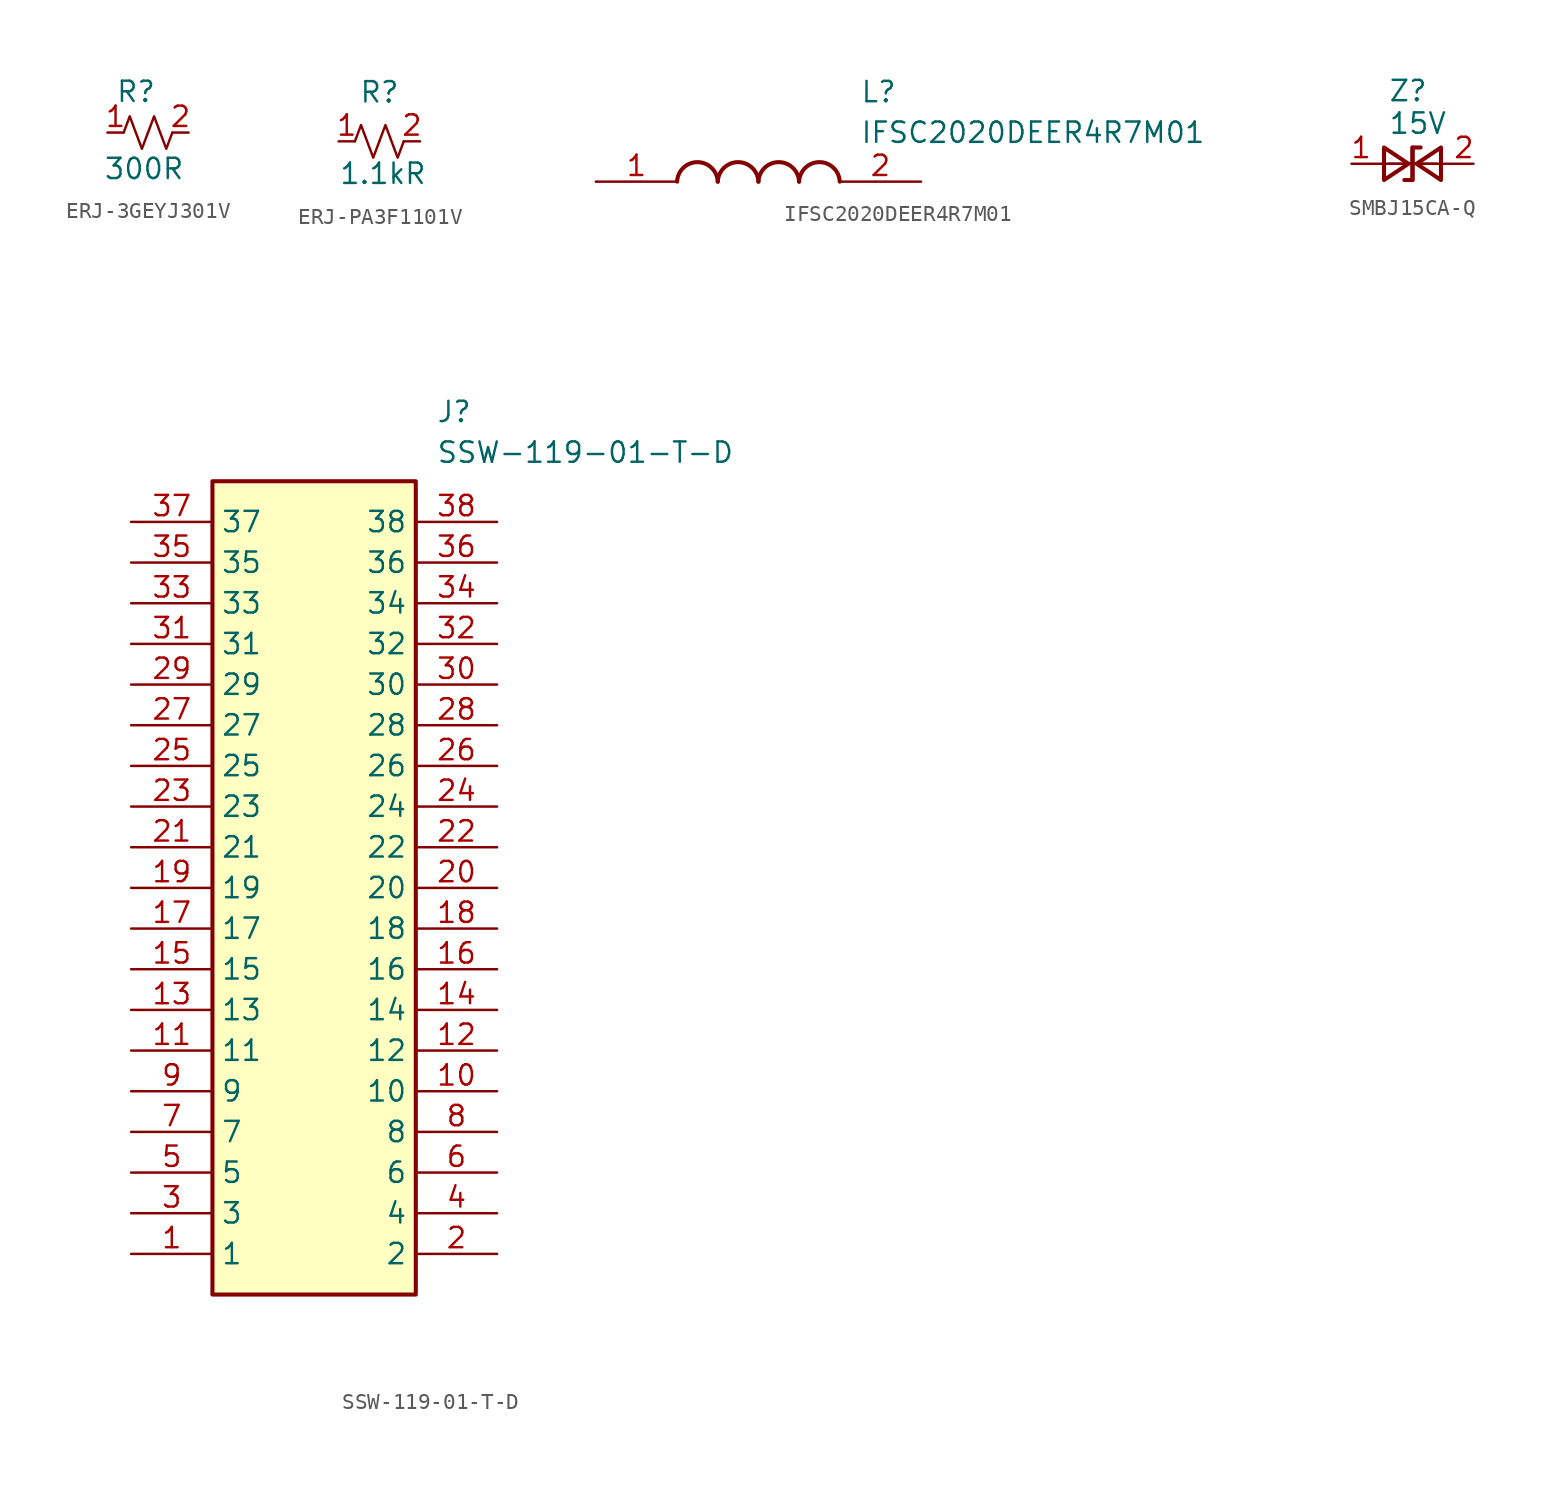
<source format=kicad_sym>
(kicad_symbol_lib
  (version 20241209)
  (generator "kicad_symbol_editor")
  (generator_version "9.0")
  (symbol "ERJ-3GEYJ301V"
    (pin_names
      (hide yes))
    (property "Reference" "R"
      (at 0.508 3.302 0)
      (effects (font (size 1.27 1.27)) (justify left top)))
    (property "Value" "300R"
      (at -0.254 -1.524 0)
      (effects (font (size 1.27 1.27)) (justify left top)))
    (symbol "ERJ-3GEYJ301V_1_1"
      (polyline (pts (xy 1.016 0) (xy 1.397 1.016) (xy 1.778 0) (xy 2.159 -1.016) (xy 2.54 0)) (stroke (width 0) (type default)) (fill (type none)))
      (polyline (pts (xy 2.54 0) (xy 2.921 1.016) (xy 3.302 0) (xy 3.683 -1.016) (xy 4.064 0)) (stroke (width 0) (type default)) (fill (type none)))
      (pin passive line (at 0 0 0) (length 1.016) (name "~" (effects (font (size 1.27 1.27)))) (number "1" (effects (font (size 1.27 1.27)))))
      (pin passive line (at 5.08 0 180) (length 1.016) (name "~" (effects (font (size 1.27 1.27)))) (number "2" (effects (font (size 1.27 1.27)))))))
  (symbol "ERJ-PA3F1101V"
    (pin_names
      (hide yes))
    (property "Reference" "R"
      (at 1.27 3.81 0)
      (effects (font (size 1.27 1.27)) (justify left top)))
    (property "Value" "1.1kR"
      (at 0 -1.27 0)
      (effects (font (size 1.27 1.27)) (justify left top)))
    (symbol "ERJ-PA3F1101V_1_1"
      (polyline (pts (xy 1.016 0) (xy 1.397 1.016) (xy 1.778 0) (xy 2.159 -1.016) (xy 2.54 0)) (stroke (width 0) (type default)) (fill (type none)))
      (polyline (pts (xy 2.54 0) (xy 2.921 1.016) (xy 3.302 0) (xy 3.683 -1.016) (xy 4.064 0)) (stroke (width 0) (type default)) (fill (type none)))
      (pin passive line (at 0 0 0) (length 1.016) (name "~" (effects (font (size 1.27 1.27)))) (number "1" (effects (font (size 1.27 1.27)))))
      (pin passive line (at 5.08 0 180) (length 1.016) (name "~" (effects (font (size 1.27 1.27)))) (number "2" (effects (font (size 1.27 1.27)))))))
  (symbol "IFSC2020DEER4R7M01"
    (pin_names
      (hide yes))
    (property "Reference" "L"
      (at 16.51 6.35 0)
      (effects (font (size 1.27 1.27)) (justify left top)))
    (property "Value" "IFSC2020DEER4R7M01"
      (at 16.51 3.81 0)
      (effects (font (size 1.27 1.27)) (justify left top)))
    (symbol "IFSC2020DEER4R7M01_1_1"
      (arc (start 5.08 0) (mid 6.35 1.219) (end 7.62 0) (stroke (width 0.254) (type default)) (fill (type none)))
      (arc (start 7.62 0) (mid 8.89 1.219) (end 10.16 0) (stroke (width 0.254) (type default)) (fill (type none)))
      (arc (start 10.16 0) (mid 11.43 1.219) (end 12.7 0) (stroke (width 0.254) (type default)) (fill (type none)))
      (arc (start 12.7 0) (mid 13.97 1.219) (end 15.24 0) (stroke (width 0.254) (type default)) (fill (type none)))
      (pin passive line (at 0 0 0) (length 5.08) (name "1" (effects (font (size 1.27 1.27)))) (number "1" (effects (font (size 1.27 1.27)))))
      (pin passive line (at 20.32 0 180) (length 5.08) (name "2" (effects (font (size 1.27 1.27)))) (number "2" (effects (font (size 1.27 1.27)))))))
  (symbol "SMBJ15CA-Q"
    (pin_names
      (hide yes))
    (property "Reference" "Z"
      (at 2.286 3.81 0)
      (effects (font (size 1.27 1.27)) (justify left bottom)))
    (property "Value" "15V"
      (at 2.286 1.778 0)
      (effects (font (size 1.27 1.27)) (justify left bottom)))
    (symbol "SMBJ15CA-Q_0_1"
      (polyline (pts (xy 1.27 0) (xy 6.35 0)) (stroke (width 0) (type default)) (fill (type none)))
      (polyline (pts (xy 2.032 1.016) (xy 3.556 0) (xy 2.032 -1.016) (xy 2.032 1.016)) (stroke (width 0.254) (type default)) (fill (type none)))
      (polyline (pts (xy 2.286 0) (xy 3.81 0)) (stroke (width 0) (type default)) (fill (type none)))
      (polyline (pts (xy 3.302 -1.016) (xy 3.81 -1.016) (xy 3.81 1.016)) (stroke (width 0.254) (type default)) (fill (type none)))
      (polyline (pts (xy 4.318 1.016) (xy 3.81 1.016) (xy 3.81 -1.016)) (stroke (width 0.254) (type default)) (fill (type none)))
      (polyline (pts (xy 5.334 0) (xy 3.81 0)) (stroke (width 0) (type default)) (fill (type none)))
      (polyline (pts (xy 5.588 1.016) (xy 4.064 0) (xy 5.588 -1.016) (xy 5.588 1.016)) (stroke (width 0.254) (type default)) (fill (type none))))
    (symbol "SMBJ15CA-Q_1_1"
      (pin passive line (at 0 0 0) (length 1.2) (name "K" (effects (font (size 0 0)))) (number "1" (effects (font (size 1.27 1.27)))))
      (pin passive line (at 7.62 0 180) (length 1.2) (name "A" (effects (font (size 0 0)))) (number "2" (effects (font (size 1.27 1.27)))))))
  (symbol "SSW-119-01-T-D"
    (property "Reference" "J"
      (at 19.05 7.62 0)
      (effects (font (size 1.27 1.27)) (justify left top)))
    (property "Value" "SSW-119-01-T-D"
      (at 19.05 5.08 0)
      (effects (font (size 1.27 1.27)) (justify left top)))
    (symbol "SSW-119-01-T-D_1_1"
      (rectangle (start 5.08 2.54) (end 17.78 -48.26) (stroke (width 0.254) (type default)) (fill (type background)))
      (pin passive line (at 0 0 0) (length 5.08) (name "37" (effects (font (size 1.27 1.27)))) (number "37" (effects (font (size 1.27 1.27)))))
      (pin passive line (at 0 -2.54 0) (length 5.08) (name "35" (effects (font (size 1.27 1.27)))) (number "35" (effects (font (size 1.27 1.27)))))
      (pin passive line (at 0 -5.08 0) (length 5.08) (name "33" (effects (font (size 1.27 1.27)))) (number "33" (effects (font (size 1.27 1.27)))))
      (pin passive line (at 0 -7.62 0) (length 5.08) (name "31" (effects (font (size 1.27 1.27)))) (number "31" (effects (font (size 1.27 1.27)))))
      (pin passive line (at 0 -10.16 0) (length 5.08) (name "29" (effects (font (size 1.27 1.27)))) (number "29" (effects (font (size 1.27 1.27)))))
      (pin passive line (at 0 -12.7 0) (length 5.08) (name "27" (effects (font (size 1.27 1.27)))) (number "27" (effects (font (size 1.27 1.27)))))
      (pin passive line (at 0 -15.24 0) (length 5.08) (name "25" (effects (font (size 1.27 1.27)))) (number "25" (effects (font (size 1.27 1.27)))))
      (pin passive line (at 0 -17.78 0) (length 5.08) (name "23" (effects (font (size 1.27 1.27)))) (number "23" (effects (font (size 1.27 1.27)))))
      (pin passive line (at 0 -20.32 0) (length 5.08) (name "21" (effects (font (size 1.27 1.27)))) (number "21" (effects (font (size 1.27 1.27)))))
      (pin passive line (at 0 -22.86 0) (length 5.08) (name "19" (effects (font (size 1.27 1.27)))) (number "19" (effects (font (size 1.27 1.27)))))
      (pin passive line (at 0 -25.4 0) (length 5.08) (name "17" (effects (font (size 1.27 1.27)))) (number "17" (effects (font (size 1.27 1.27)))))
      (pin passive line (at 0 -27.94 0) (length 5.08) (name "15" (effects (font (size 1.27 1.27)))) (number "15" (effects (font (size 1.27 1.27)))))
      (pin passive line (at 0 -30.48 0) (length 5.08) (name "13" (effects (font (size 1.27 1.27)))) (number "13" (effects (font (size 1.27 1.27)))))
      (pin passive line (at 0 -33.02 0) (length 5.08) (name "11" (effects (font (size 1.27 1.27)))) (number "11" (effects (font (size 1.27 1.27)))))
      (pin passive line (at 0 -35.56 0) (length 5.08) (name "9" (effects (font (size 1.27 1.27)))) (number "9" (effects (font (size 1.27 1.27)))))
      (pin passive line (at 0 -38.1 0) (length 5.08) (name "7" (effects (font (size 1.27 1.27)))) (number "7" (effects (font (size 1.27 1.27)))))
      (pin passive line (at 0 -40.64 0) (length 5.08) (name "5" (effects (font (size 1.27 1.27)))) (number "5" (effects (font (size 1.27 1.27)))))
      (pin passive line (at 0 -43.18 0) (length 5.08) (name "3" (effects (font (size 1.27 1.27)))) (number "3" (effects (font (size 1.27 1.27)))))
      (pin passive line (at 0 -45.72 0) (length 5.08) (name "1" (effects (font (size 1.27 1.27)))) (number "1" (effects (font (size 1.27 1.27)))))
      (pin passive line (at 22.86 0 180) (length 5.08) (name "38" (effects (font (size 1.27 1.27)))) (number "38" (effects (font (size 1.27 1.27)))))
      (pin passive line (at 22.86 -2.54 180) (length 5.08) (name "36" (effects (font (size 1.27 1.27)))) (number "36" (effects (font (size 1.27 1.27)))))
      (pin passive line (at 22.86 -5.08 180) (length 5.08) (name "34" (effects (font (size 1.27 1.27)))) (number "34" (effects (font (size 1.27 1.27)))))
      (pin passive line (at 22.86 -7.62 180) (length 5.08) (name "32" (effects (font (size 1.27 1.27)))) (number "32" (effects (font (size 1.27 1.27)))))
      (pin passive line (at 22.86 -10.16 180) (length 5.08) (name "30" (effects (font (size 1.27 1.27)))) (number "30" (effects (font (size 1.27 1.27)))))
      (pin passive line (at 22.86 -12.7 180) (length 5.08) (name "28" (effects (font (size 1.27 1.27)))) (number "28" (effects (font (size 1.27 1.27)))))
      (pin passive line (at 22.86 -15.24 180) (length 5.08) (name "26" (effects (font (size 1.27 1.27)))) (number "26" (effects (font (size 1.27 1.27)))))
      (pin passive line (at 22.86 -17.78 180) (length 5.08) (name "24" (effects (font (size 1.27 1.27)))) (number "24" (effects (font (size 1.27 1.27)))))
      (pin passive line (at 22.86 -20.32 180) (length 5.08) (name "22" (effects (font (size 1.27 1.27)))) (number "22" (effects (font (size 1.27 1.27)))))
      (pin passive line (at 22.86 -22.86 180) (length 5.08) (name "20" (effects (font (size 1.27 1.27)))) (number "20" (effects (font (size 1.27 1.27)))))
      (pin passive line (at 22.86 -25.4 180) (length 5.08) (name "18" (effects (font (size 1.27 1.27)))) (number "18" (effects (font (size 1.27 1.27)))))
      (pin passive line (at 22.86 -27.94 180) (length 5.08) (name "16" (effects (font (size 1.27 1.27)))) (number "16" (effects (font (size 1.27 1.27)))))
      (pin passive line (at 22.86 -30.48 180) (length 5.08) (name "14" (effects (font (size 1.27 1.27)))) (number "14" (effects (font (size 1.27 1.27)))))
      (pin passive line (at 22.86 -33.02 180) (length 5.08) (name "12" (effects (font (size 1.27 1.27)))) (number "12" (effects (font (size 1.27 1.27)))))
      (pin passive line (at 22.86 -35.56 180) (length 5.08) (name "10" (effects (font (size 1.27 1.27)))) (number "10" (effects (font (size 1.27 1.27)))))
      (pin passive line (at 22.86 -38.1 180) (length 5.08) (name "8" (effects (font (size 1.27 1.27)))) (number "8" (effects (font (size 1.27 1.27)))))
      (pin passive line (at 22.86 -40.64 180) (length 5.08) (name "6" (effects (font (size 1.27 1.27)))) (number "6" (effects (font (size 1.27 1.27)))))
      (pin passive line (at 22.86 -43.18 180) (length 5.08) (name "4" (effects (font (size 1.27 1.27)))) (number "4" (effects (font (size 1.27 1.27)))))
      (pin passive line (at 22.86 -45.72 180) (length 5.08) (name "2" (effects (font (size 1.27 1.27)))) (number "2" (effects (font (size 1.27 1.27))))))))
</source>
